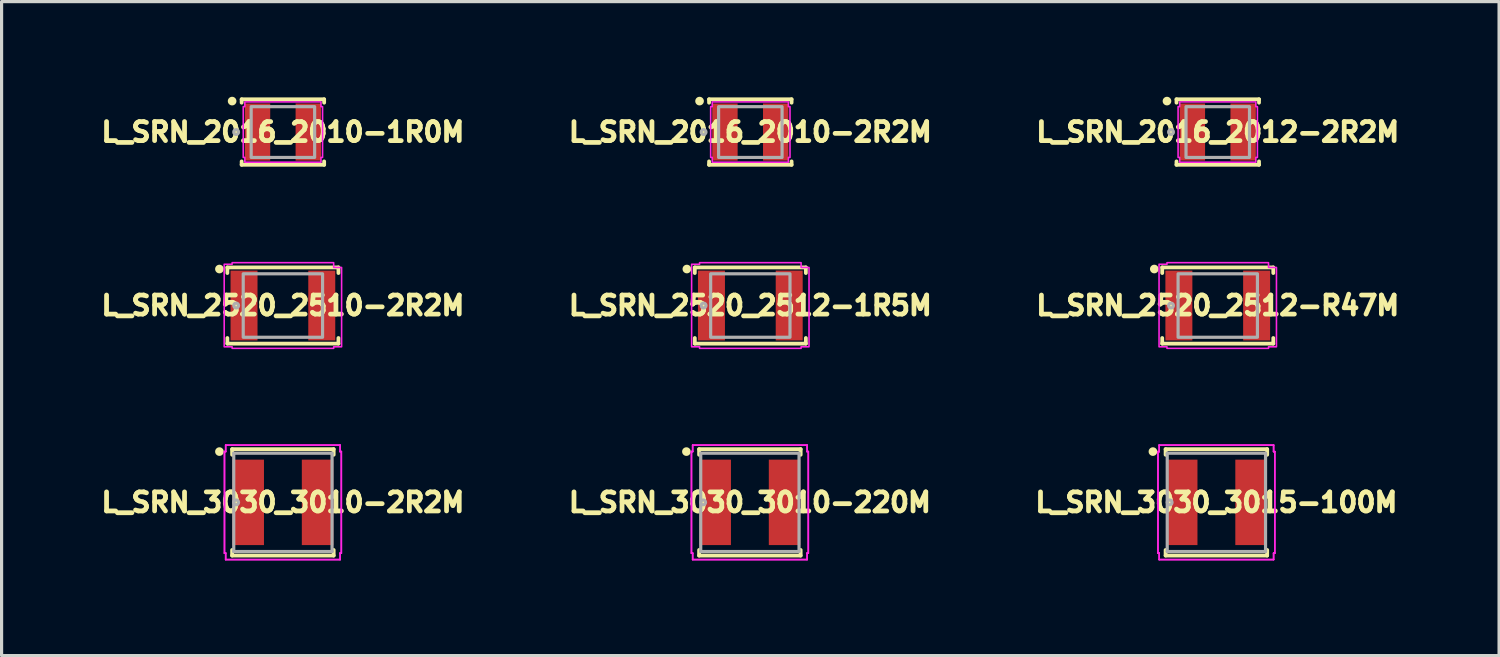
<source format=kicad_pcb>
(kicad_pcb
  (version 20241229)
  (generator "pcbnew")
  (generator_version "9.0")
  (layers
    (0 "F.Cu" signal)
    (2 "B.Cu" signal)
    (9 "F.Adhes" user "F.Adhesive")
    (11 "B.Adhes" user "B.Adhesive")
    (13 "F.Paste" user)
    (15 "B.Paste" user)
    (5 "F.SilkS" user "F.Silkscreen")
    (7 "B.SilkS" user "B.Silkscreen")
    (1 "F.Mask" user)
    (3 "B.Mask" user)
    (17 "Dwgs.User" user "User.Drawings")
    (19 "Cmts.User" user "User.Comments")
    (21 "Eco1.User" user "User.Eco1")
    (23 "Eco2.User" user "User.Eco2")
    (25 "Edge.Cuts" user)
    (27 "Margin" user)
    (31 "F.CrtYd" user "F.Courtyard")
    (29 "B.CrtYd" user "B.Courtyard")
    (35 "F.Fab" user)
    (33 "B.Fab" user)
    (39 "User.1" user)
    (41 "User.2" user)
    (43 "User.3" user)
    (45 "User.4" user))
  (footprint "L_SRN_2016_2010-2R2M"
    (layer "F.Cu")
    (at 20.595 1.111)
    (property "Reference" "L_SRN_2016_2010-2R2M" (at 0 0 0) (layer "F.SilkS") (effects (font (size 0.6 0.6) (thickness 0.15))))
    (attr smd)
    (fp_line (start -1.3 -0.925) (end -1.3 -1.032) (stroke (width 0.12) (type solid)) (layer "F.SilkS"))
    (fp_line (start -1.3 0.925) (end -1.3 1.032) (stroke (width 0.12) (type solid)) (layer "F.SilkS"))
    (fp_line (start -1.3 1.032) (end 1.3 1.032) (stroke (width 0.12) (type solid)) (layer "F.SilkS"))
    (fp_line (start 1.3 -1.032) (end -1.3 -1.032) (stroke (width 0.12) (type solid)) (layer "F.SilkS"))
    (fp_line (start 1.3 -0.925) (end 1.3 -1.032) (stroke (width 0.12) (type solid)) (layer "F.SilkS"))
    (fp_line (start 1.3 0.925) (end 1.3 1.032) (stroke (width 0.12) (type solid)) (layer "F.SilkS"))
    (fp_circle (center -1.6 -0.975) (end -1.524 -0.975) (stroke (width 0.12) (type solid)) (fill yes) (layer "F.SilkS"))
    (fp_poly (pts (xy -1.2 -0.8) (xy -1.25 -0.8) (xy -1.25 0.8) (xy -1.2 0.8) (xy -1.2 0.95) (xy 1.2 0.95) (xy 1.2 0.8) (xy 1.25 0.8) (xy 1.25 -0.8) (xy 1.2 -0.8) (xy 1.2 -0.95) (xy -1.2 -0.95)) (stroke (width 0.05) (type solid)) (fill no) (layer "F.CrtYd"))
    (fp_rect (start -1 -0.8) (end 1 0.8) (stroke (width 0.1) (type solid)) (fill no) (layer "F.Fab"))
    (fp_circle (center -1.473 0) (end -1.397 0) (stroke (width 0.1) (type solid)) (fill no) (layer "F.Fab"))
    (pad "1" smd rect (at -0.8 0) (size 0.8 1.8) (layers "F.Cu" "F.Mask" "F.Paste"))
    (pad "2" smd rect (at 0.8 0) (size 0.8 1.8) (layers "F.Cu" "F.Mask" "F.Paste")))
  (footprint "L_SRN_2520_2510-2R2M"
    (layer "F.Cu")
    (at 5.865 6.578)
    (property "Reference" "L_SRN_2520_2510-2R2M" (at 0 0 0) (layer "F.SilkS") (effects (font (size 0.6 0.6) (thickness 0.15))))
    (attr smd)
    (fp_line (start -1.75 -1.024) (end -1.75 -1.2) (stroke (width 0.12) (type solid)) (layer "F.SilkS"))
    (fp_line (start -1.75 1.024) (end -1.75 1.2) (stroke (width 0.12) (type solid)) (layer "F.SilkS"))
    (fp_line (start -1.75 1.2) (end 1.75 1.2) (stroke (width 0.12) (type solid)) (layer "F.SilkS"))
    (fp_line (start 1.75 -1.2) (end -1.75 -1.2) (stroke (width 0.12) (type solid)) (layer "F.SilkS"))
    (fp_line (start 1.75 -1.024) (end 1.75 -1.2) (stroke (width 0.12) (type solid)) (layer "F.SilkS"))
    (fp_line (start 1.75 1.024) (end 1.75 1.2) (stroke (width 0.12) (type solid)) (layer "F.SilkS"))
    (fp_circle (center -2 -1.15) (end -1.924 -1.15) (stroke (width 0.12) (type solid)) (fill yes) (layer "F.SilkS"))
    (fp_poly (pts (xy -1.6 1.3) (xy -1.6 1.35) (xy 1.6 1.35) (xy 1.6 1.3) (xy 1.85 1.3) (xy 1.85 -1.2) (xy 1.6 -1.2) (xy 1.6 -1.35) (xy -1.6 -1.35) (xy -1.6 -1.3) (xy -1.85 -1.3) (xy -1.85 1.3)) (stroke (width 0.05) (type solid)) (fill no) (layer "F.CrtYd"))
    (fp_rect (start -1.25 1) (end 1.25 -1) (stroke (width 0.1) (type solid)) (fill no) (layer "F.Fab"))
    (fp_circle (center -1.473 0) (end -1.397 0) (stroke (width 0.1) (type solid)) (fill no) (layer "F.Fab"))
    (pad "1" smd rect (at -1.225 0) (size 0.85 2.2) (layers "F.Cu" "F.Mask" "F.Paste"))
    (pad "2" smd rect (at 1.225 0) (size 0.85 2.2) (layers "F.Cu" "F.Mask" "F.Paste")))
  (footprint "L_SRN_2016_2010-1R0M"
    (layer "F.Cu")
    (at 5.865 1.111)
    (property "Reference" "L_SRN_2016_2010-1R0M" (at 0 0 0) (layer "F.SilkS") (effects (font (size 0.6 0.6) (thickness 0.15))))
    (attr smd)
    (fp_line (start -1.3 -0.925) (end -1.3 -1.032) (stroke (width 0.12) (type solid)) (layer "F.SilkS"))
    (fp_line (start -1.3 0.925) (end -1.3 1.032) (stroke (width 0.12) (type solid)) (layer "F.SilkS"))
    (fp_line (start -1.3 1.032) (end 1.3 1.032) (stroke (width 0.12) (type solid)) (layer "F.SilkS"))
    (fp_line (start 1.3 -1.032) (end -1.3 -1.032) (stroke (width 0.12) (type solid)) (layer "F.SilkS"))
    (fp_line (start 1.3 -0.925) (end 1.3 -1.032) (stroke (width 0.12) (type solid)) (layer "F.SilkS"))
    (fp_line (start 1.3 0.925) (end 1.3 1.032) (stroke (width 0.12) (type solid)) (layer "F.SilkS"))
    (fp_circle (center -1.6 -0.975) (end -1.524 -0.975) (stroke (width 0.12) (type solid)) (fill yes) (layer "F.SilkS"))
    (fp_poly (pts (xy -1.2 -0.8) (xy -1.25 -0.8) (xy -1.25 0.8) (xy -1.2 0.8) (xy -1.2 0.95) (xy 1.2 0.95) (xy 1.2 0.8) (xy 1.25 0.8) (xy 1.25 -0.8) (xy 1.2 -0.8) (xy 1.2 -0.95) (xy -1.2 -0.95)) (stroke (width 0.05) (type solid)) (fill no) (layer "F.CrtYd"))
    (fp_rect (start -1 -0.8) (end 1 0.8) (stroke (width 0.1) (type solid)) (fill no) (layer "F.Fab"))
    (fp_circle (center -1.473 0) (end -1.397 0) (stroke (width 0.1) (type solid)) (fill no) (layer "F.Fab"))
    (pad "1" smd rect (at -0.8 0) (size 0.8 1.8) (layers "F.Cu" "F.Mask" "F.Paste"))
    (pad "2" smd rect (at 0.8 0) (size 0.8 1.8) (layers "F.Cu" "F.Mask" "F.Paste")))
  (footprint "L_SRN_3030_3010-2R2M"
    (layer "F.Cu")
    (at 5.865 12.781)
    (property "Reference" "L_SRN_3030_3010-2R2M" (at 0 0 0) (layer "F.SilkS") (effects (font (size 0.6 0.6) (thickness 0.15))))
    (attr smd)
    (fp_line (start -1.6 -1.5) (end -1.6 -1.676) (stroke (width 0.12) (type solid)) (layer "F.SilkS"))
    (fp_line (start -1.6 1.5) (end -1.6 1.676) (stroke (width 0.12) (type solid)) (layer "F.SilkS"))
    (fp_line (start -1.6 1.676) (end 1.6 1.676) (stroke (width 0.12) (type solid)) (layer "F.SilkS"))
    (fp_line (start 1.6 -1.676) (end -1.6 -1.676) (stroke (width 0.12) (type solid)) (layer "F.SilkS"))
    (fp_line (start 1.6 -1.5) (end 1.6 -1.676) (stroke (width 0.12) (type solid)) (layer "F.SilkS"))
    (fp_line (start 1.6 1.5) (end 1.6 1.676) (stroke (width 0.12) (type solid)) (layer "F.SilkS"))
    (fp_circle (center -2 -1.6) (end -1.924 -1.6) (stroke (width 0.12) (type solid)) (fill yes) (layer "F.SilkS"))
    (fp_line (start -1.841 -1.6) (end -1.803 -1.6) (stroke (width 0.05) (type solid)) (layer "F.CrtYd"))
    (fp_line (start -1.841 -1.6) (end -1.803 -1.6) (stroke (width 0.05) (type solid)) (layer "F.CrtYd"))
    (fp_line (start -1.841 1.6) (end -1.841 -1.6) (stroke (width 0.05) (type solid)) (layer "F.CrtYd"))
    (fp_line (start -1.841 1.6) (end -1.841 -1.6) (stroke (width 0.05) (type solid)) (layer "F.CrtYd"))
    (fp_line (start -1.803 -1.803) (end 1.803 -1.803) (stroke (width 0.05) (type solid)) (layer "F.CrtYd"))
    (fp_line (start -1.803 -1.803) (end 1.803 -1.803) (stroke (width 0.05) (type solid)) (layer "F.CrtYd"))
    (fp_line (start -1.803 -1.6) (end -1.803 -1.803) (stroke (width 0.05) (type solid)) (layer "F.CrtYd"))
    (fp_line (start -1.803 -1.6) (end -1.803 -1.803) (stroke (width 0.05) (type solid)) (layer "F.CrtYd"))
    (fp_line (start -1.803 1.6) (end -1.841 1.6) (stroke (width 0.05) (type solid)) (layer "F.CrtYd"))
    (fp_line (start -1.803 1.6) (end -1.841 1.6) (stroke (width 0.05) (type solid)) (layer "F.CrtYd"))
    (fp_line (start -1.803 1.803) (end -1.803 1.6) (stroke (width 0.05) (type solid)) (layer "F.CrtYd"))
    (fp_line (start -1.803 1.803) (end -1.803 1.6) (stroke (width 0.05) (type solid)) (layer "F.CrtYd"))
    (fp_line (start 1.803 -1.803) (end 1.803 -1.6) (stroke (width 0.05) (type solid)) (layer "F.CrtYd"))
    (fp_line (start 1.803 -1.803) (end 1.803 -1.6) (stroke (width 0.05) (type solid)) (layer "F.CrtYd"))
    (fp_line (start 1.803 -1.6) (end 1.841 -1.6) (stroke (width 0.05) (type solid)) (layer "F.CrtYd"))
    (fp_line (start 1.803 -1.6) (end 1.841 -1.6) (stroke (width 0.05) (type solid)) (layer "F.CrtYd"))
    (fp_line (start 1.803 1.6) (end 1.803 1.803) (stroke (width 0.05) (type solid)) (layer "F.CrtYd"))
    (fp_line (start 1.803 1.6) (end 1.803 1.803) (stroke (width 0.05) (type solid)) (layer "F.CrtYd"))
    (fp_line (start 1.803 1.803) (end -1.803 1.803) (stroke (width 0.05) (type solid)) (layer "F.CrtYd"))
    (fp_line (start 1.803 1.803) (end -1.803 1.803) (stroke (width 0.05) (type solid)) (layer "F.CrtYd"))
    (fp_line (start 1.841 -1.6) (end 1.841 1.6) (stroke (width 0.05) (type solid)) (layer "F.CrtYd"))
    (fp_line (start 1.841 -1.6) (end 1.841 1.6) (stroke (width 0.05) (type solid)) (layer "F.CrtYd"))
    (fp_line (start 1.841 1.6) (end 1.803 1.6) (stroke (width 0.05) (type solid)) (layer "F.CrtYd"))
    (fp_line (start 1.841 1.6) (end 1.803 1.6) (stroke (width 0.05) (type solid)) (layer "F.CrtYd"))
    (fp_line (start -1.549 -1.549) (end -1.549 1.549) (stroke (width 0.1) (type solid)) (layer "F.Fab"))
    (fp_line (start -1.549 1.549) (end 1.549 1.549) (stroke (width 0.1) (type solid)) (layer "F.Fab"))
    (fp_line (start 1.549 -1.549) (end -1.549 -1.549) (stroke (width 0.1) (type solid)) (layer "F.Fab"))
    (fp_line (start 1.549 1.549) (end 1.549 -1.549) (stroke (width 0.1) (type solid)) (layer "F.Fab"))
    (fp_circle (center -1.473 0) (end -1.397 0) (stroke (width 0.1) (type solid)) (fill no) (layer "F.Fab"))
    (pad "1" smd rect (at -1.092 0) (size 0.991 2.692) (layers "F.Cu" "F.Mask" "F.Paste"))
    (pad "2" smd rect (at 1.092 0) (size 0.991 2.692) (layers "F.Cu" "F.Mask" "F.Paste")))
  (footprint "L_SRN_3030_3015-100M"
    (layer "F.Cu")
    (at 35.282 12.781)
    (property "Reference" "L_SRN_3030_3015-100M" (at 0 0 0) (layer "F.SilkS") (effects (font (size 0.6 0.6) (thickness 0.15))))
    (attr smd)
    (fp_line (start -1.6 -1.5) (end -1.6 -1.676) (stroke (width 0.12) (type solid)) (layer "F.SilkS"))
    (fp_line (start -1.6 1.5) (end -1.6 1.676) (stroke (width 0.12) (type solid)) (layer "F.SilkS"))
    (fp_line (start -1.6 1.676) (end 1.6 1.676) (stroke (width 0.12) (type solid)) (layer "F.SilkS"))
    (fp_line (start 1.6 -1.676) (end -1.6 -1.676) (stroke (width 0.12) (type solid)) (layer "F.SilkS"))
    (fp_line (start 1.6 -1.5) (end 1.6 -1.676) (stroke (width 0.12) (type solid)) (layer "F.SilkS"))
    (fp_line (start 1.6 1.5) (end 1.6 1.676) (stroke (width 0.12) (type solid)) (layer "F.SilkS"))
    (fp_circle (center -2 -1.6) (end -1.924 -1.6) (stroke (width 0.12) (type solid)) (fill yes) (layer "F.SilkS"))
    (fp_line (start -1.841 -1.6) (end -1.803 -1.6) (stroke (width 0.05) (type solid)) (layer "F.CrtYd"))
    (fp_line (start -1.841 -1.6) (end -1.803 -1.6) (stroke (width 0.05) (type solid)) (layer "F.CrtYd"))
    (fp_line (start -1.841 1.6) (end -1.841 -1.6) (stroke (width 0.05) (type solid)) (layer "F.CrtYd"))
    (fp_line (start -1.841 1.6) (end -1.841 -1.6) (stroke (width 0.05) (type solid)) (layer "F.CrtYd"))
    (fp_line (start -1.803 -1.803) (end 1.803 -1.803) (stroke (width 0.05) (type solid)) (layer "F.CrtYd"))
    (fp_line (start -1.803 -1.803) (end 1.803 -1.803) (stroke (width 0.05) (type solid)) (layer "F.CrtYd"))
    (fp_line (start -1.803 -1.6) (end -1.803 -1.803) (stroke (width 0.05) (type solid)) (layer "F.CrtYd"))
    (fp_line (start -1.803 -1.6) (end -1.803 -1.803) (stroke (width 0.05) (type solid)) (layer "F.CrtYd"))
    (fp_line (start -1.803 1.6) (end -1.841 1.6) (stroke (width 0.05) (type solid)) (layer "F.CrtYd"))
    (fp_line (start -1.803 1.6) (end -1.841 1.6) (stroke (width 0.05) (type solid)) (layer "F.CrtYd"))
    (fp_line (start -1.803 1.803) (end -1.803 1.6) (stroke (width 0.05) (type solid)) (layer "F.CrtYd"))
    (fp_line (start -1.803 1.803) (end -1.803 1.6) (stroke (width 0.05) (type solid)) (layer "F.CrtYd"))
    (fp_line (start 1.803 -1.803) (end 1.803 -1.6) (stroke (width 0.05) (type solid)) (layer "F.CrtYd"))
    (fp_line (start 1.803 -1.803) (end 1.803 -1.6) (stroke (width 0.05) (type solid)) (layer "F.CrtYd"))
    (fp_line (start 1.803 -1.6) (end 1.841 -1.6) (stroke (width 0.05) (type solid)) (layer "F.CrtYd"))
    (fp_line (start 1.803 -1.6) (end 1.841 -1.6) (stroke (width 0.05) (type solid)) (layer "F.CrtYd"))
    (fp_line (start 1.803 1.6) (end 1.803 1.803) (stroke (width 0.05) (type solid)) (layer "F.CrtYd"))
    (fp_line (start 1.803 1.6) (end 1.803 1.803) (stroke (width 0.05) (type solid)) (layer "F.CrtYd"))
    (fp_line (start 1.803 1.803) (end -1.803 1.803) (stroke (width 0.05) (type solid)) (layer "F.CrtYd"))
    (fp_line (start 1.803 1.803) (end -1.803 1.803) (stroke (width 0.05) (type solid)) (layer "F.CrtYd"))
    (fp_line (start 1.841 -1.6) (end 1.841 1.6) (stroke (width 0.05) (type solid)) (layer "F.CrtYd"))
    (fp_line (start 1.841 -1.6) (end 1.841 1.6) (stroke (width 0.05) (type solid)) (layer "F.CrtYd"))
    (fp_line (start 1.841 1.6) (end 1.803 1.6) (stroke (width 0.05) (type solid)) (layer "F.CrtYd"))
    (fp_line (start 1.841 1.6) (end 1.803 1.6) (stroke (width 0.05) (type solid)) (layer "F.CrtYd"))
    (fp_line (start -1.549 -1.549) (end -1.549 1.549) (stroke (width 0.1) (type solid)) (layer "F.Fab"))
    (fp_line (start -1.549 1.549) (end 1.549 1.549) (stroke (width 0.1) (type solid)) (layer "F.Fab"))
    (fp_line (start 1.549 -1.549) (end -1.549 -1.549) (stroke (width 0.1) (type solid)) (layer "F.Fab"))
    (fp_line (start 1.549 1.549) (end 1.549 -1.549) (stroke (width 0.1) (type solid)) (layer "F.Fab"))
    (fp_circle (center -1.473 0) (end -1.397 0) (stroke (width 0.1) (type solid)) (fill no) (layer "F.Fab"))
    (pad "1" smd rect (at -1.092 0) (size 0.991 2.692) (layers "F.Cu" "F.Mask" "F.Paste"))
    (pad "2" smd rect (at 1.092 0) (size 0.991 2.692) (layers "F.Cu" "F.Mask" "F.Paste")))
  (footprint "L_SRN_3030_3010-220M"
    (layer "F.Cu")
    (at 20.581 12.781)
    (property "Reference" "L_SRN_3030_3010-220M" (at 0 0 0) (layer "F.SilkS") (effects (font (size 0.6 0.6) (thickness 0.15))))
    (attr smd)
    (fp_line (start -1.6 -1.5) (end -1.6 -1.676) (stroke (width 0.12) (type solid)) (layer "F.SilkS"))
    (fp_line (start -1.6 1.5) (end -1.6 1.676) (stroke (width 0.12) (type solid)) (layer "F.SilkS"))
    (fp_line (start -1.6 1.676) (end 1.6 1.676) (stroke (width 0.12) (type solid)) (layer "F.SilkS"))
    (fp_line (start 1.6 -1.676) (end -1.6 -1.676) (stroke (width 0.12) (type solid)) (layer "F.SilkS"))
    (fp_line (start 1.6 -1.5) (end 1.6 -1.676) (stroke (width 0.12) (type solid)) (layer "F.SilkS"))
    (fp_line (start 1.6 1.5) (end 1.6 1.676) (stroke (width 0.12) (type solid)) (layer "F.SilkS"))
    (fp_circle (center -2 -1.6) (end -1.924 -1.6) (stroke (width 0.12) (type solid)) (fill yes) (layer "F.SilkS"))
    (fp_line (start -1.841 -1.6) (end -1.803 -1.6) (stroke (width 0.05) (type solid)) (layer "F.CrtYd"))
    (fp_line (start -1.841 -1.6) (end -1.803 -1.6) (stroke (width 0.05) (type solid)) (layer "F.CrtYd"))
    (fp_line (start -1.841 1.6) (end -1.841 -1.6) (stroke (width 0.05) (type solid)) (layer "F.CrtYd"))
    (fp_line (start -1.841 1.6) (end -1.841 -1.6) (stroke (width 0.05) (type solid)) (layer "F.CrtYd"))
    (fp_line (start -1.803 -1.803) (end 1.803 -1.803) (stroke (width 0.05) (type solid)) (layer "F.CrtYd"))
    (fp_line (start -1.803 -1.803) (end 1.803 -1.803) (stroke (width 0.05) (type solid)) (layer "F.CrtYd"))
    (fp_line (start -1.803 -1.6) (end -1.803 -1.803) (stroke (width 0.05) (type solid)) (layer "F.CrtYd"))
    (fp_line (start -1.803 -1.6) (end -1.803 -1.803) (stroke (width 0.05) (type solid)) (layer "F.CrtYd"))
    (fp_line (start -1.803 1.6) (end -1.841 1.6) (stroke (width 0.05) (type solid)) (layer "F.CrtYd"))
    (fp_line (start -1.803 1.6) (end -1.841 1.6) (stroke (width 0.05) (type solid)) (layer "F.CrtYd"))
    (fp_line (start -1.803 1.803) (end -1.803 1.6) (stroke (width 0.05) (type solid)) (layer "F.CrtYd"))
    (fp_line (start -1.803 1.803) (end -1.803 1.6) (stroke (width 0.05) (type solid)) (layer "F.CrtYd"))
    (fp_line (start 1.803 -1.803) (end 1.803 -1.6) (stroke (width 0.05) (type solid)) (layer "F.CrtYd"))
    (fp_line (start 1.803 -1.803) (end 1.803 -1.6) (stroke (width 0.05) (type solid)) (layer "F.CrtYd"))
    (fp_line (start 1.803 -1.6) (end 1.841 -1.6) (stroke (width 0.05) (type solid)) (layer "F.CrtYd"))
    (fp_line (start 1.803 -1.6) (end 1.841 -1.6) (stroke (width 0.05) (type solid)) (layer "F.CrtYd"))
    (fp_line (start 1.803 1.6) (end 1.803 1.803) (stroke (width 0.05) (type solid)) (layer "F.CrtYd"))
    (fp_line (start 1.803 1.6) (end 1.803 1.803) (stroke (width 0.05) (type solid)) (layer "F.CrtYd"))
    (fp_line (start 1.803 1.803) (end -1.803 1.803) (stroke (width 0.05) (type solid)) (layer "F.CrtYd"))
    (fp_line (start 1.803 1.803) (end -1.803 1.803) (stroke (width 0.05) (type solid)) (layer "F.CrtYd"))
    (fp_line (start 1.841 -1.6) (end 1.841 1.6) (stroke (width 0.05) (type solid)) (layer "F.CrtYd"))
    (fp_line (start 1.841 -1.6) (end 1.841 1.6) (stroke (width 0.05) (type solid)) (layer "F.CrtYd"))
    (fp_line (start 1.841 1.6) (end 1.803 1.6) (stroke (width 0.05) (type solid)) (layer "F.CrtYd"))
    (fp_line (start 1.841 1.6) (end 1.803 1.6) (stroke (width 0.05) (type solid)) (layer "F.CrtYd"))
    (fp_line (start -1.549 -1.549) (end -1.549 1.549) (stroke (width 0.1) (type solid)) (layer "F.Fab"))
    (fp_line (start -1.549 1.549) (end 1.549 1.549) (stroke (width 0.1) (type solid)) (layer "F.Fab"))
    (fp_line (start 1.549 -1.549) (end -1.549 -1.549) (stroke (width 0.1) (type solid)) (layer "F.Fab"))
    (fp_line (start 1.549 1.549) (end 1.549 -1.549) (stroke (width 0.1) (type solid)) (layer "F.Fab"))
    (fp_circle (center -1.473 0) (end -1.397 0) (stroke (width 0.1) (type solid)) (fill no) (layer "F.Fab"))
    (pad "1" smd rect (at -1.092 0) (size 0.991 2.692) (layers "F.Cu" "F.Mask" "F.Paste"))
    (pad "2" smd rect (at 1.092 0) (size 0.991 2.692) (layers "F.Cu" "F.Mask" "F.Paste")))
  (footprint "L_SRN_2520_2512-1R5M"
    (layer "F.Cu")
    (at 20.595 6.578)
    (property "Reference" "L_SRN_2520_2512-1R5M" (at 0 0 0) (layer "F.SilkS") (effects (font (size 0.6 0.6) (thickness 0.15))))
    (attr smd)
    (fp_line (start -1.75 -1.024) (end -1.75 -1.2) (stroke (width 0.12) (type solid)) (layer "F.SilkS"))
    (fp_line (start -1.75 1.024) (end -1.75 1.2) (stroke (width 0.12) (type solid)) (layer "F.SilkS"))
    (fp_line (start -1.75 1.2) (end 1.75 1.2) (stroke (width 0.12) (type solid)) (layer "F.SilkS"))
    (fp_line (start 1.75 -1.2) (end -1.75 -1.2) (stroke (width 0.12) (type solid)) (layer "F.SilkS"))
    (fp_line (start 1.75 -1.024) (end 1.75 -1.2) (stroke (width 0.12) (type solid)) (layer "F.SilkS"))
    (fp_line (start 1.75 1.024) (end 1.75 1.2) (stroke (width 0.12) (type solid)) (layer "F.SilkS"))
    (fp_circle (center -2 -1.15) (end -1.924 -1.15) (stroke (width 0.12) (type solid)) (fill yes) (layer "F.SilkS"))
    (fp_poly (pts (xy -1.6 1.3) (xy -1.6 1.35) (xy 1.6 1.35) (xy 1.6 1.3) (xy 1.85 1.3) (xy 1.85 -1.2) (xy 1.6 -1.2) (xy 1.6 -1.35) (xy -1.6 -1.35) (xy -1.6 -1.3) (xy -1.85 -1.3) (xy -1.85 1.3)) (stroke (width 0.05) (type solid)) (fill no) (layer "F.CrtYd"))
    (fp_rect (start -1.25 1) (end 1.25 -1) (stroke (width 0.1) (type solid)) (fill no) (layer "F.Fab"))
    (fp_circle (center -1.473 0) (end -1.397 0) (stroke (width 0.1) (type solid)) (fill no) (layer "F.Fab"))
    (pad "1" smd rect (at -1.225 0) (size 0.85 2.2) (layers "F.Cu" "F.Mask" "F.Paste"))
    (pad "2" smd rect (at 1.225 0) (size 0.85 2.2) (layers "F.Cu" "F.Mask" "F.Paste")))
  (footprint "L_SRN_2520_2512-R47M"
    (layer "F.Cu")
    (at 35.325 6.578)
    (property "Reference" "L_SRN_2520_2512-R47M" (at 0 0 0) (layer "F.SilkS") (effects (font (size 0.6 0.6) (thickness 0.15))))
    (attr smd)
    (fp_line (start -1.75 -1.024) (end -1.75 -1.2) (stroke (width 0.12) (type solid)) (layer "F.SilkS"))
    (fp_line (start -1.75 1.024) (end -1.75 1.2) (stroke (width 0.12) (type solid)) (layer "F.SilkS"))
    (fp_line (start -1.75 1.2) (end 1.75 1.2) (stroke (width 0.12) (type solid)) (layer "F.SilkS"))
    (fp_line (start 1.75 -1.2) (end -1.75 -1.2) (stroke (width 0.12) (type solid)) (layer "F.SilkS"))
    (fp_line (start 1.75 -1.024) (end 1.75 -1.2) (stroke (width 0.12) (type solid)) (layer "F.SilkS"))
    (fp_line (start 1.75 1.024) (end 1.75 1.2) (stroke (width 0.12) (type solid)) (layer "F.SilkS"))
    (fp_circle (center -2 -1.15) (end -1.924 -1.15) (stroke (width 0.12) (type solid)) (fill yes) (layer "F.SilkS"))
    (fp_poly (pts (xy -1.6 1.3) (xy -1.6 1.35) (xy 1.6 1.35) (xy 1.6 1.3) (xy 1.85 1.3) (xy 1.85 -1.2) (xy 1.6 -1.2) (xy 1.6 -1.35) (xy -1.6 -1.35) (xy -1.6 -1.3) (xy -1.85 -1.3) (xy -1.85 1.3)) (stroke (width 0.05) (type solid)) (fill no) (layer "F.CrtYd"))
    (fp_rect (start -1.25 1) (end 1.25 -1) (stroke (width 0.1) (type solid)) (fill no) (layer "F.Fab"))
    (fp_circle (center -1.473 0) (end -1.397 0) (stroke (width 0.1) (type solid)) (fill no) (layer "F.Fab"))
    (pad "1" smd rect (at -1.225 0) (size 0.85 2.2) (layers "F.Cu" "F.Mask" "F.Paste"))
    (pad "2" smd rect (at 1.225 0) (size 0.85 2.2) (layers "F.Cu" "F.Mask" "F.Paste")))
  (footprint "L_SRN_2016_2012-2R2M"
    (layer "F.Cu")
    (at 35.325 1.111)
    (property "Reference" "L_SRN_2016_2012-2R2M" (at 0 0 0) (layer "F.SilkS") (effects (font (size 0.6 0.6) (thickness 0.15))))
    (attr smd)
    (fp_line (start -1.3 -0.925) (end -1.3 -1.032) (stroke (width 0.12) (type solid)) (layer "F.SilkS"))
    (fp_line (start -1.3 0.925) (end -1.3 1.032) (stroke (width 0.12) (type solid)) (layer "F.SilkS"))
    (fp_line (start -1.3 1.032) (end 1.3 1.032) (stroke (width 0.12) (type solid)) (layer "F.SilkS"))
    (fp_line (start 1.3 -1.032) (end -1.3 -1.032) (stroke (width 0.12) (type solid)) (layer "F.SilkS"))
    (fp_line (start 1.3 -0.925) (end 1.3 -1.032) (stroke (width 0.12) (type solid)) (layer "F.SilkS"))
    (fp_line (start 1.3 0.925) (end 1.3 1.032) (stroke (width 0.12) (type solid)) (layer "F.SilkS"))
    (fp_circle (center -1.6 -0.975) (end -1.524 -0.975) (stroke (width 0.12) (type solid)) (fill yes) (layer "F.SilkS"))
    (fp_poly (pts (xy -1.2 -0.8) (xy -1.25 -0.8) (xy -1.25 0.8) (xy -1.2 0.8) (xy -1.2 0.95) (xy 1.2 0.95) (xy 1.2 0.8) (xy 1.25 0.8) (xy 1.25 -0.8) (xy 1.2 -0.8) (xy 1.2 -0.95) (xy -1.2 -0.95)) (stroke (width 0.05) (type solid)) (fill no) (layer "F.CrtYd"))
    (fp_rect (start -1 -0.8) (end 1 0.8) (stroke (width 0.1) (type solid)) (fill no) (layer "F.Fab"))
    (fp_circle (center -1.473 0) (end -1.397 0) (stroke (width 0.1) (type solid)) (fill no) (layer "F.Fab"))
    (pad "1" smd rect (at -0.8 0) (size 0.8 1.8) (layers "F.Cu" "F.Mask" "F.Paste"))
    (pad "2" smd rect (at 0.8 0) (size 0.8 1.8) (layers "F.Cu" "F.Mask" "F.Paste")))
  (gr_rect
    (start -3 -3)
    (end 44.19 17.61)
    (stroke (width 0.1) (type default))
    (fill no)
    (layer "Edge.Cuts")))
</source>
